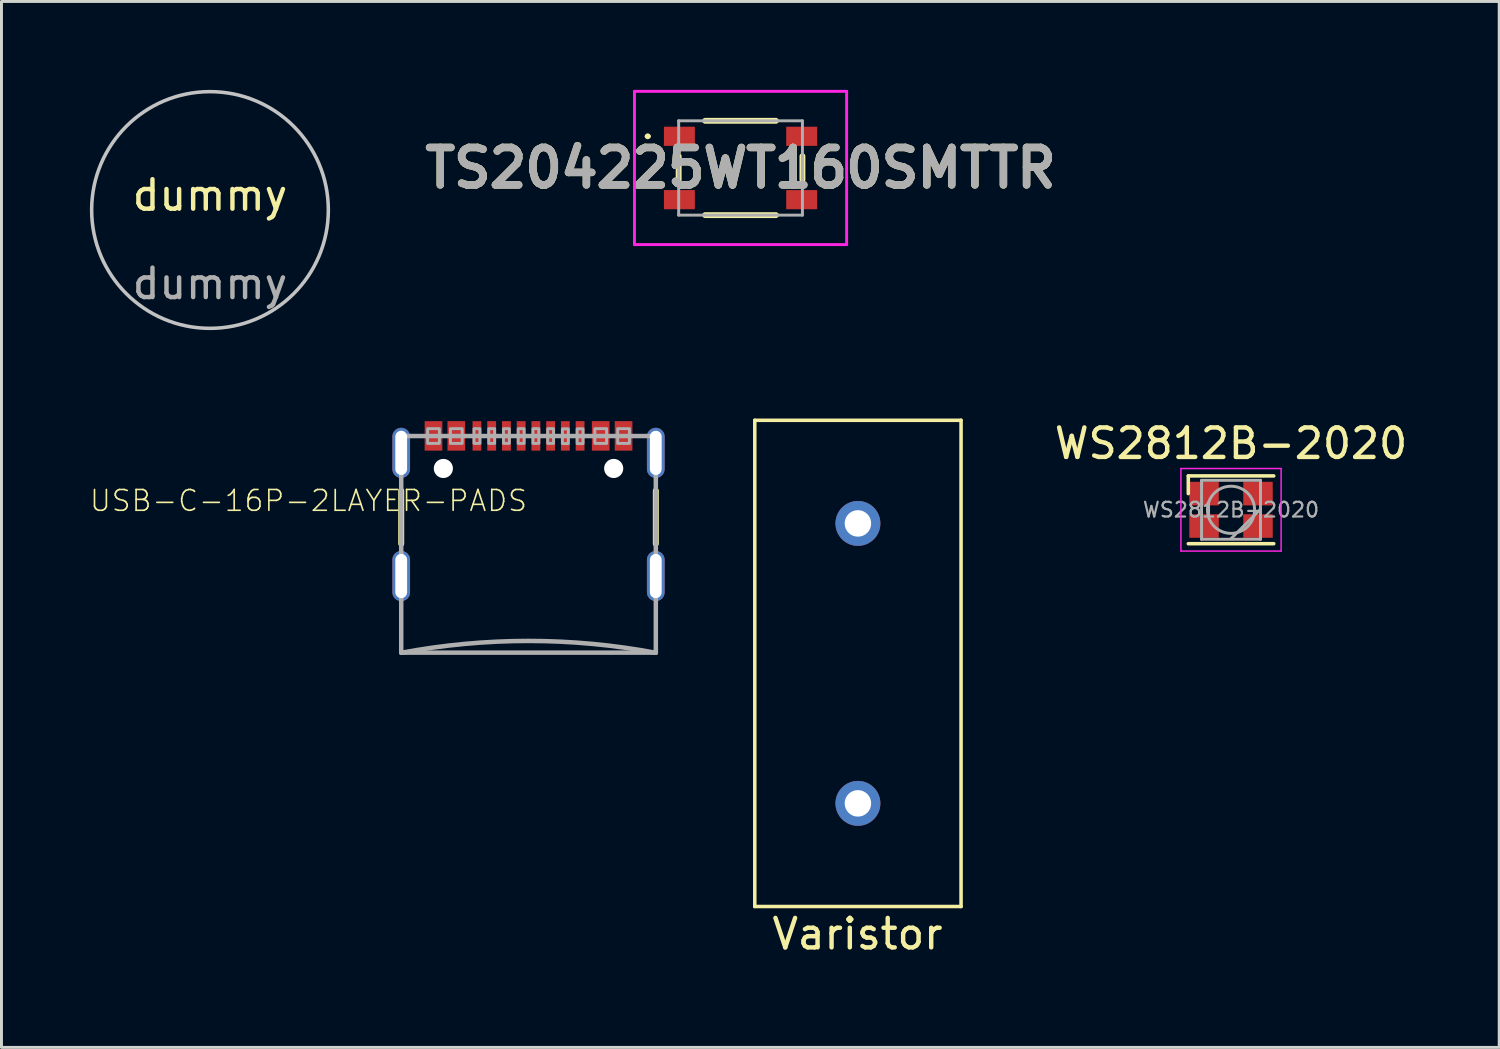
<source format=kicad_pcb>
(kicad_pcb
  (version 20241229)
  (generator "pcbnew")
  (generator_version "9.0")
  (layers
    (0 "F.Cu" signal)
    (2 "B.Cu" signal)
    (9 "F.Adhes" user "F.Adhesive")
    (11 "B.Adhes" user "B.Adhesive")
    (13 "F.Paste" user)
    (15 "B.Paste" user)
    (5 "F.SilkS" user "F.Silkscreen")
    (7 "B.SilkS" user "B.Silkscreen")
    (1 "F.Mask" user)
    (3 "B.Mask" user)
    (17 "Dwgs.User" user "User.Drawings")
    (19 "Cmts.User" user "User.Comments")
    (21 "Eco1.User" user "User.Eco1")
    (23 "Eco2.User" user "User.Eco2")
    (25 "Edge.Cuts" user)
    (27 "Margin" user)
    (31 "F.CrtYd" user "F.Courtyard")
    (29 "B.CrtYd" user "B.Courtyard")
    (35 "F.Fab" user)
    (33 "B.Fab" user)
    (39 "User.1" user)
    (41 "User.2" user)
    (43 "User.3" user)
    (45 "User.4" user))
  (footprint "Varistor"
    (layer "F.Cu")
    (at 26.063 19.462)
    (property "Reference" "Varistor" (at -0.013 9.182 0) (layer "F.SilkS") (effects (font (size 1 1) (thickness 0.15))))
    (attr through_hole)
    (fp_line (start -3.5 -8.25) (end -3.5 8.25) (stroke (width 0.12) (type solid)) (layer "F.SilkS"))
    (fp_line (start -3.5 8.25) (end 3.5 8.25) (stroke (width 0.12) (type solid)) (layer "F.SilkS"))
    (fp_line (start 3.5 -8.25) (end -3.5 -8.25) (stroke (width 0.12) (type solid)) (layer "F.SilkS"))
    (fp_line (start 3.5 8.25) (end 3.5 -8.25) (stroke (width 0.12) (type solid)) (layer "F.SilkS"))
    (pad "1" thru_hole circle (at 0 4.75) (size 1.524 1.524) (drill 0.9) (layers "*.Cu" "*.Mask"))
    (pad "2" thru_hole circle (at 0 -4.75) (size 1.524 1.524) (drill 0.9) (layers "*.Cu" "*.Mask")))
  (footprint "TS204225WT160SMTTR"
    (layer "F.Cu")
    (at 22.08 2.65)
    (property "Reference" "TS204225WT160SMTTR" (at 0 0 0) (layer "F.SilkS") (effects (font (size 1.27 1.27) (thickness 0.254))))
    (attr smd)
    (fp_line (start -3.2 -1.075) (end -3.2 -1.075) (stroke (width 0.1) (type solid)) (layer "F.SilkS"))
    (fp_line (start -3.1 -1.075) (end -3.1 -1.075) (stroke (width 0.1) (type solid)) (layer "F.SilkS"))
    (fp_line (start -2.1 -0.4) (end -2.1 0.4) (stroke (width 0.2) (type solid)) (layer "F.SilkS"))
    (fp_line (start -1.2 1.6) (end 1.2 1.6) (stroke (width 0.2) (type solid)) (layer "F.SilkS"))
    (fp_line (start 1.2 -1.6) (end -1.2 -1.6) (stroke (width 0.2) (type solid)) (layer "F.SilkS"))
    (fp_line (start 2.1 0.4) (end 2.1 -0.4) (stroke (width 0.2) (type solid)) (layer "F.SilkS"))
    (fp_arc (start -3.2 -1.075) (mid -3.15 -1.125) (end -3.1 -1.075) (stroke (width 0.1) (type solid)) (layer "F.SilkS"))
    (fp_arc (start -3.1 -1.075) (mid -3.15 -1.025) (end -3.2 -1.075) (stroke (width 0.1) (type solid)) (layer "F.SilkS"))
    (fp_line (start -3.6 -2.6) (end 3.6 -2.6) (stroke (width 0.1) (type solid)) (layer "F.CrtYd"))
    (fp_line (start -3.6 2.6) (end -3.6 -2.6) (stroke (width 0.1) (type solid)) (layer "F.CrtYd"))
    (fp_line (start 3.6 -2.6) (end 3.6 2.6) (stroke (width 0.1) (type solid)) (layer "F.CrtYd"))
    (fp_line (start 3.6 2.6) (end -3.6 2.6) (stroke (width 0.1) (type solid)) (layer "F.CrtYd"))
    (fp_line (start -2.1 -1.6) (end -2.1 1.6) (stroke (width 0.1) (type solid)) (layer "F.Fab"))
    (fp_line (start -2.1 1.6) (end 2.1 1.6) (stroke (width 0.1) (type solid)) (layer "F.Fab"))
    (fp_line (start 2.1 -1.6) (end -2.1 -1.6) (stroke (width 0.1) (type solid)) (layer "F.Fab"))
    (fp_line (start 2.1 1.6) (end 2.1 -1.6) (stroke (width 0.1) (type solid)) (layer "F.Fab"))
    (fp_text user "${REFERENCE}" (at 0 0 0) (layer "F.Fab") (effects (font (size 1.27 1.27) (thickness 0.254))))
    (pad "1" smd rect (at -2.075 -1.075 90) (size 0.65 1.05) (layers "F.Cu" "F.Mask" "F.Paste"))
    (pad "2" smd rect (at 2.075 -1.075 90) (size 0.65 1.05) (layers "F.Cu" "F.Mask" "F.Paste"))
    (pad "3" smd rect (at -2.075 1.075 90) (size 0.65 1.05) (layers "F.Cu" "F.Mask" "F.Paste"))
    (pad "4" smd rect (at 2.075 1.075 90) (size 0.65 1.05) (layers "F.Cu" "F.Mask" "F.Paste")))
  (footprint "USB-C-16P-2LAYER-PADS"
    (layer "F.Cu")
    (at 14.885 11.402)
    (property "Reference" "USB-C-16P-2LAYER-PADS" (at 0 2.54 180) (layer "F.SilkS") (effects (font (size 0.706 0.706) (thickness 0.056)) (justify right)))
    (fp_line (start -4.32 2.2) (end -4.32 4) (stroke (width 0.203) (type solid)) (layer "F.SilkS"))
    (fp_line (start 4.32 2.2) (end 4.32 4) (stroke (width 0.203) (type solid)) (layer "F.SilkS"))
    (fp_line (start -4.32 0.345) (end -4.32 1.965) (stroke (width 0.01) (type solid)) (layer "F.Fab"))
    (fp_line (start -4.32 0.345) (end 4.32 0.345) (stroke (width 0.152) (type solid)) (layer "F.Fab"))
    (fp_line (start -4.32 4.295) (end -4.32 5.895) (stroke (width 0.01) (type solid)) (layer "F.Fab"))
    (fp_line (start -4.32 7.695) (end -4.32 0.345) (stroke (width 0.152) (type solid)) (layer "F.Fab"))
    (fp_line (start -4.32 7.695) (end 4.32 7.695) (stroke (width 0.152) (type solid)) (layer "F.Fab"))
    (fp_line (start 4.32 0.345) (end 4.32 1.965) (stroke (width 0.01) (type solid)) (layer "F.Fab"))
    (fp_line (start 4.32 0.345) (end 4.32 7.695) (stroke (width 0.152) (type solid)) (layer "F.Fab"))
    (fp_line (start 4.32 4.295) (end 4.32 5.895) (stroke (width 0.01) (type solid)) (layer "F.Fab"))
    (fp_arc (start -4.32 7.7) (mid 0 7.297675) (end 4.32 7.7) (stroke (width 0.1524) (type solid)) (layer "F.Fab"))
    (fp_poly (pts (xy -3.425 0.595) (xy -3.025 0.595) (xy -3.025 0.095) (xy -3.425 0.095)) (stroke (width 0.1) (type solid)) (fill no) (layer "F.Fab"))
    (fp_poly (pts (xy -2.65 0.595) (xy -2.25 0.595) (xy -2.25 0.095) (xy -2.65 0.095)) (stroke (width 0.1) (type solid)) (fill no) (layer "F.Fab"))
    (fp_poly (pts (xy -1.85 0.595) (xy -1.65 0.595) (xy -1.65 0.095) (xy -1.85 0.095)) (stroke (width 0.1) (type solid)) (fill no) (layer "F.Fab"))
    (fp_poly (pts (xy -1.35 0.595) (xy -1.15 0.595) (xy -1.15 0.095) (xy -1.35 0.095)) (stroke (width 0.1) (type solid)) (fill no) (layer "F.Fab"))
    (fp_poly (pts (xy -0.85 0.595) (xy -0.65 0.595) (xy -0.65 0.095) (xy -0.85 0.095)) (stroke (width 0.1) (type solid)) (fill no) (layer "F.Fab"))
    (fp_poly (pts (xy -0.35 0.595) (xy -0.15 0.595) (xy -0.15 0.095) (xy -0.35 0.095)) (stroke (width 0.1) (type solid)) (fill no) (layer "F.Fab"))
    (fp_poly (pts (xy 0.15 0.595) (xy 0.35 0.595) (xy 0.35 0.095) (xy 0.15 0.095)) (stroke (width 0.1) (type solid)) (fill no) (layer "F.Fab"))
    (fp_poly (pts (xy 0.65 0.595) (xy 0.85 0.595) (xy 0.85 0.095) (xy 0.65 0.095)) (stroke (width 0.1) (type solid)) (fill no) (layer "F.Fab"))
    (fp_poly (pts (xy 1.15 0.6) (xy 1.35 0.6) (xy 1.35 0.1) (xy 1.15 0.1)) (stroke (width 0.1) (type solid)) (fill no) (layer "F.Fab"))
    (fp_poly (pts (xy 1.65 0.6) (xy 1.85 0.6) (xy 1.85 0.1) (xy 1.65 0.1)) (stroke (width 0.1) (type solid)) (fill no) (layer "F.Fab"))
    (fp_poly (pts (xy 2.25 0.595) (xy 2.65 0.595) (xy 2.65 0.095) (xy 2.25 0.095)) (stroke (width 0.1) (type solid)) (fill no) (layer "F.Fab"))
    (fp_poly (pts (xy 3.025 0.595) (xy 3.425 0.595) (xy 3.425 0.095) (xy 3.025 0.095)) (stroke (width 0.1) (type solid)) (fill no) (layer "F.Fab"))
    (pad "" np_thru_hole circle (at -2.89 1.445) (size 0.65 0.65) (drill 0.65) (layers "*.Cu" "*.Mask"))
    (pad "" np_thru_hole circle (at 2.89 1.445) (size 0.65 0.65) (drill 0.65) (layers "*.Cu" "*.Mask"))
    (pad "A5" smd rect (at -1.25 0.34 180) (size 0.3 1) (layers "F.Cu" "F.Mask" "F.Paste"))
    (pad "A6" smd rect (at -0.25 0.34 180) (size 0.3 1) (layers "F.Cu" "F.Mask" "F.Paste"))
    (pad "A7" smd rect (at 0.25 0.34) (size 0.3 1) (layers "F.Cu" "F.Mask" "F.Paste"))
    (pad "A8" smd rect (at 1.25 0.34) (size 0.3 1) (layers "F.Cu" "F.Mask" "F.Paste"))
    (pad "B5" smd rect (at 1.75 0.34) (size 0.3 1) (layers "F.Cu" "F.Mask" "F.Paste"))
    (pad "B6" smd rect (at 0.75 0.34) (size 0.3 1) (layers "F.Cu" "F.Mask" "F.Paste"))
    (pad "B7" smd rect (at -0.75 0.34 180) (size 0.3 1) (layers "F.Cu" "F.Mask" "F.Paste"))
    (pad "B8" smd rect (at -1.75 0.34 180) (size 0.3 1) (layers "F.Cu" "F.Mask" "F.Paste"))
    (pad "GND" smd rect (at -3.225 0.34 180) (size 0.6 1) (layers "F.Cu" "F.Mask" "F.Paste"))
    (pad "GND2" smd rect (at 3.225 0.34) (size 0.6 1) (layers "F.Cu" "F.Mask" "F.Paste"))
    (pad "SHLD2" thru_hole oval (at -4.32 0.915 90) (size 1.7 0.6) (drill oval 1.5 0.4) (layers "*.Cu" "*.Mask"))
    (pad "SHLD2" thru_hole oval (at -4.32 5.095 90) (size 1.7 0.6) (drill oval 1.5 0.4) (layers "*.Cu" "*.Mask"))
    (pad "SHLD2" thru_hole oval (at 4.318 0.915 90) (size 1.7 0.6) (drill oval 1.5 0.4) (layers "*.Cu" "*.Mask"))
    (pad "SHLD2" thru_hole oval (at 4.318 5.095 90) (size 1.7 0.6) (drill oval 1.5 0.4) (layers "*.Cu" "*.Mask"))
    (pad "VBUS1" smd rect (at -2.45 0.34 180) (size 0.6 1) (layers "F.Cu" "F.Mask" "F.Paste"))
    (pad "VBUS2" smd rect (at 2.45 0.34) (size 0.6 1) (layers "F.Cu" "F.Mask" "F.Paste")))
  (footprint "dummy"
    (layer "F.Cu")
    (at 4.076 4.076)
    (property "Reference" "dummy" (at 0 -0.5 0) (unlocked yes) (layer "F.SilkS") (effects (font (size 1 1) (thickness 0.15))))
    (fp_circle (center 0 0) (end 4.016 0) (stroke (width 0.12) (type solid)) (fill no) (layer "Dwgs.User"))
    (fp_text user "${REFERENCE}" (at 0 2.5 0) (unlocked yes) (layer "F.Fab") (effects (font (size 1 1) (thickness 0.15)))))
  (footprint "WS2812B-2020"
    (layer "F.Cu")
    (at 38.724 14.25)
    (property "Reference" "WS2812B-2020" (at 0 -2.25 0) (layer "F.SilkS") (effects (font (size 1 1) (thickness 0.15))))
    (attr smd)
    (fp_line (start -1.45 -1.15) (end 1.45 -1.15) (stroke (width 0.12) (type solid)) (layer "F.SilkS"))
    (fp_line (start -1.45 -0.55) (end -1.45 -1.15) (stroke (width 0.12) (type solid)) (layer "F.SilkS"))
    (fp_line (start -1.45 1.15) (end 1.45 1.15) (stroke (width 0.12) (type solid)) (layer "F.SilkS"))
    (fp_line (start -1.7 -1.4) (end -1.7 1.4) (stroke (width 0.05) (type solid)) (layer "F.CrtYd"))
    (fp_line (start -1.7 1.4) (end 1.7 1.4) (stroke (width 0.05) (type solid)) (layer "F.CrtYd"))
    (fp_line (start 1.7 -1.4) (end -1.7 -1.4) (stroke (width 0.05) (type solid)) (layer "F.CrtYd"))
    (fp_line (start 1.7 1.4) (end 1.7 -1.4) (stroke (width 0.05) (type solid)) (layer "F.CrtYd"))
    (fp_line (start -1 -1) (end -1 1) (stroke (width 0.1) (type solid)) (layer "F.Fab"))
    (fp_line (start -1 1) (end 1 1) (stroke (width 0.1) (type solid)) (layer "F.Fab"))
    (fp_line (start 1 -1) (end -1 -1) (stroke (width 0.1) (type solid)) (layer "F.Fab"))
    (fp_line (start 1 -0.02) (end 0 0.98) (stroke (width 0.1) (type solid)) (layer "F.Fab"))
    (fp_line (start 1 1) (end 1 -1) (stroke (width 0.1) (type solid)) (layer "F.Fab"))
    (fp_circle (center 0 0) (end 0.8 0) (stroke (width 0.1) (type solid)) (fill no) (layer "F.Fab"))
    (fp_text user "${REFERENCE}" (at 0 0 0) (layer "F.Fab") (effects (font (size 0.5 0.5) (thickness 0.075))))
    (pad "1" smd rect (at -0.915 -0.55) (size 1 0.8) (layers "F.Cu" "F.Mask" "F.Paste"))
    (pad "2" smd rect (at -0.915 0.55) (size 1 0.8) (layers "F.Cu" "F.Mask" "F.Paste"))
    (pad "3" smd rect (at 0.915 0.55) (size 1 0.8) (layers "F.Cu" "F.Mask" "F.Paste"))
    (pad "4" smd rect (at 0.915 -0.55) (size 1 0.8) (layers "F.Cu" "F.Mask" "F.Paste")))
  (gr_rect
    (start -3 -3)
    (end 47.825 32.493)
    (stroke (width 0.1) (type default))
    (fill no)
    (layer "Edge.Cuts")))
</source>
